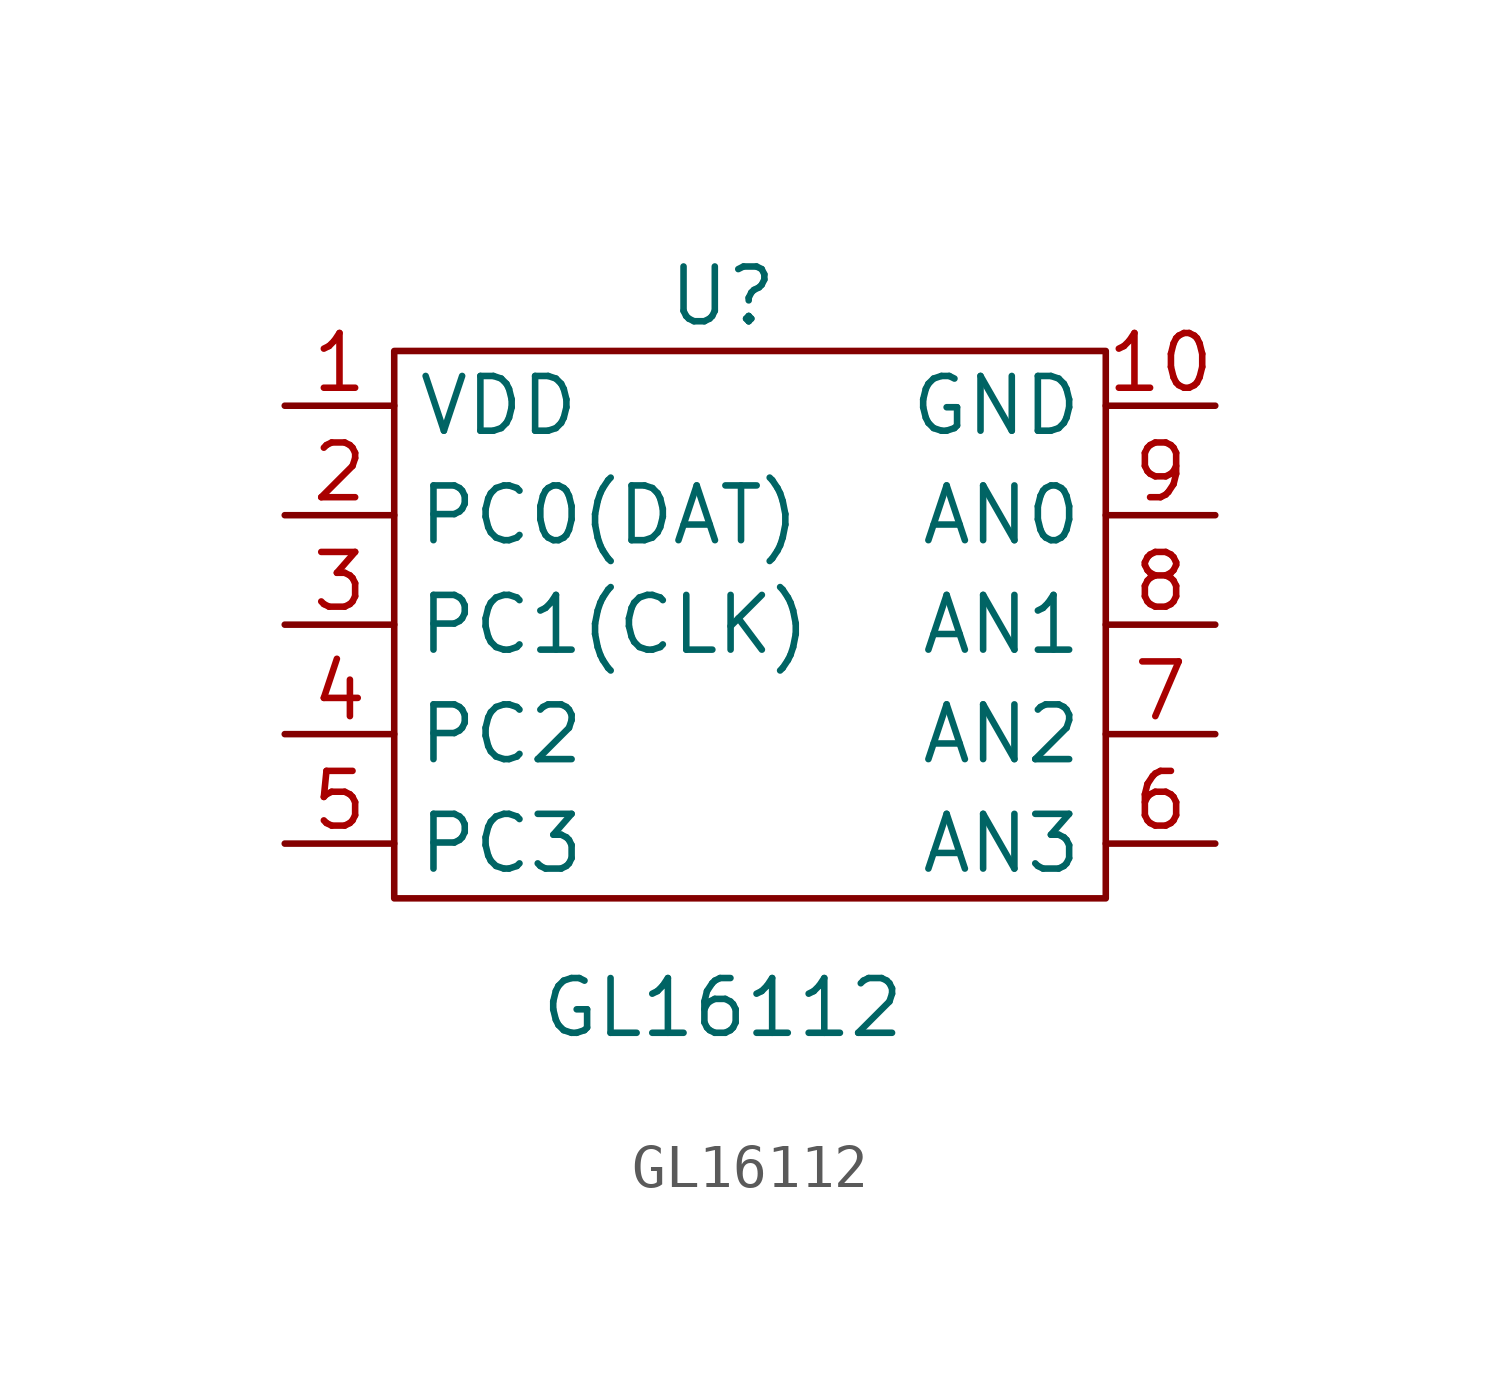
<source format=kicad_sym>
(kicad_symbol_lib
  (version 20211014)
  (generator kicad_symbol_editor)
  (symbol "GL16112"
    (property "Reference" "U"
      (at 0 7.62 0)
      (effects (font (size 1.27 1.27))))
    (property "Value" "GL16112"
      (at 0 -8.89 0)
      (effects (font (size 1.27 1.27))))
    (symbol "GL16112_0_1"
      (rectangle (start -7.62 6.35) (end 8.89 -6.35) (stroke (width 0) (type default) (color 0 0 0 0)) (fill (type none))))
    (symbol "GL16112_1_1"
      (pin power_in line (at -10.16 5.08 0) (length 2.54) (name "VDD" (effects (font (size 1.27 1.27)))) (number "1" (effects (font (size 1.27 1.27)))))
      (pin power_in line (at 11.43 5.08 180) (length 2.54) (name "GND" (effects (font (size 1.27 1.27)))) (number "10" (effects (font (size 1.27 1.27)))))
      (pin input line (at -10.16 2.54 0) (length 2.54) (name "PC0(DAT)" (effects (font (size 1.27 1.27)))) (number "2" (effects (font (size 1.27 1.27)))))
      (pin input line (at -10.16 0 0) (length 2.54) (name "PC1(CLK)" (effects (font (size 1.27 1.27)))) (number "3" (effects (font (size 1.27 1.27)))))
      (pin input line (at -10.16 -2.54 0) (length 2.54) (name "PC2" (effects (font (size 1.27 1.27)))) (number "4" (effects (font (size 1.27 1.27)))))
      (pin input line (at -10.16 -5.08 0) (length 2.54) (name "PC3" (effects (font (size 1.27 1.27)))) (number "5" (effects (font (size 1.27 1.27)))))
      (pin input line (at 11.43 -5.08 180) (length 2.54) (name "AN3" (effects (font (size 1.27 1.27)))) (number "6" (effects (font (size 1.27 1.27)))))
      (pin input line (at 11.43 -2.54 180) (length 2.54) (name "AN2" (effects (font (size 1.27 1.27)))) (number "7" (effects (font (size 1.27 1.27)))))
      (pin input line (at 11.43 0 180) (length 2.54) (name "AN1" (effects (font (size 1.27 1.27)))) (number "8" (effects (font (size 1.27 1.27)))))
      (pin input line (at 11.43 2.54 180) (length 2.54) (name "AN0" (effects (font (size 1.27 1.27)))) (number "9" (effects (font (size 1.27 1.27))))))))
</source>
